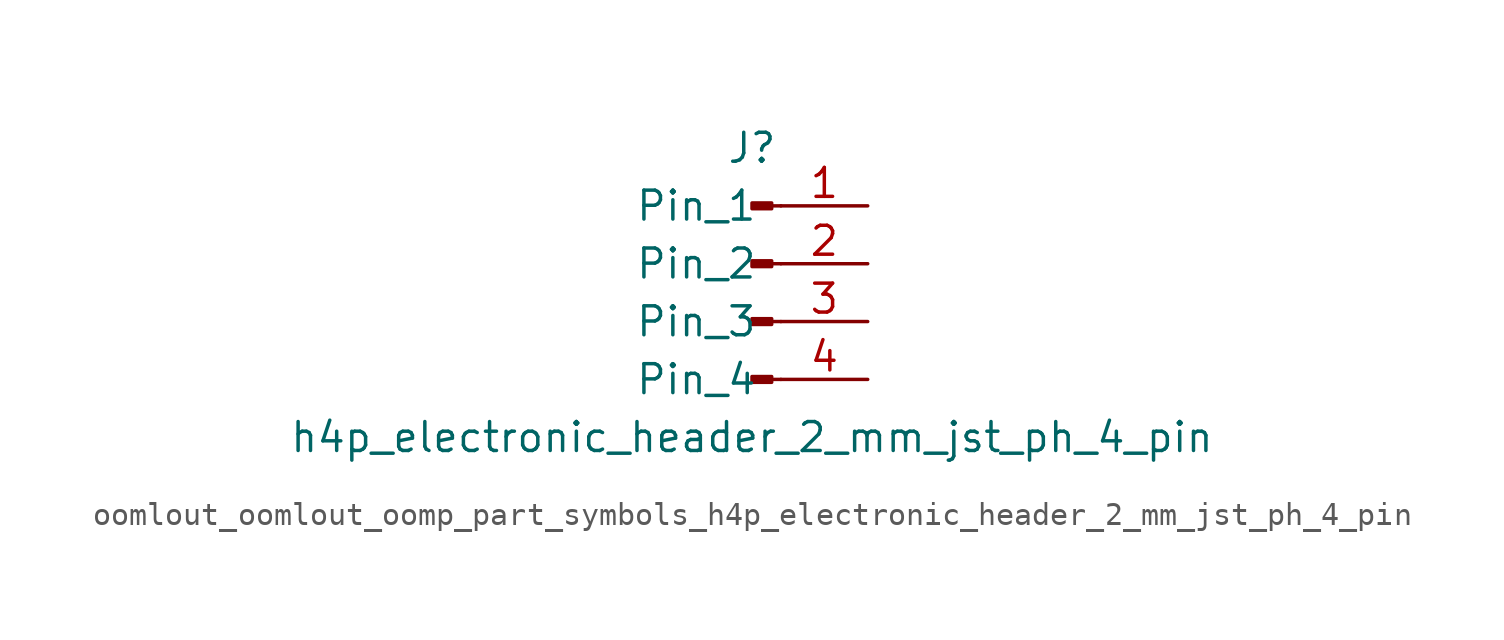
<source format=kicad_sym>
(kicad_symbol_lib
  (version 20220914)
  (generator kicad_symbol_editor)
  (symbol "oomlout_oomlout_oomp_part_symbols_h4p_electronic_header_2_mm_jst_ph_4_pin"
    (pin_names
      (offset 1.016))
    (property "Reference" "J"
      (at 0 5.08 0)
      (effects (font (size 1.27 1.27))))
    (property "Value" "h4p_electronic_header_2_mm_jst_ph_4_pin"
      (at 0 -7.62 0)
      (effects (font (size 1.27 1.27))))
    (property "ki_locked" ""
      (at 0 0 0)
      (effects (font (size 1.27 1.27))))
    (symbol "oomlout_oomlout_oomp_part_symbols_h4p_electronic_header_2_mm_jst_ph_4_pin_1_1"
      (polyline (pts (xy 1.27 -5.08) (xy 0.864 -5.08)) (stroke (width 0.152) (type default)) (fill (type none)))
      (polyline (pts (xy 1.27 -2.54) (xy 0.864 -2.54)) (stroke (width 0.152) (type default)) (fill (type none)))
      (polyline (pts (xy 1.27 0) (xy 0.864 0)) (stroke (width 0.152) (type default)) (fill (type none)))
      (polyline (pts (xy 1.27 2.54) (xy 0.864 2.54)) (stroke (width 0.152) (type default)) (fill (type none)))
      (rectangle (start 0.864 -4.953) (end 0 -5.207) (stroke (width 0.152) (type default)) (fill (type outline)))
      (rectangle (start 0.864 -2.413) (end 0 -2.667) (stroke (width 0.152) (type default)) (fill (type outline)))
      (rectangle (start 0.864 0.127) (end 0 -0.127) (stroke (width 0.152) (type default)) (fill (type outline)))
      (rectangle (start 0.864 2.667) (end 0 2.413) (stroke (width 0.152) (type default)) (fill (type outline)))
      (pin passive line (at 5.08 2.54 180) (length 3.81) (name "Pin_1" (effects (font (size 1.27 1.27)))) (number "1" (effects (font (size 1.27 1.27)))))
      (pin passive line (at 5.08 0 180) (length 3.81) (name "Pin_2" (effects (font (size 1.27 1.27)))) (number "2" (effects (font (size 1.27 1.27)))))
      (pin passive line (at 5.08 -2.54 180) (length 3.81) (name "Pin_3" (effects (font (size 1.27 1.27)))) (number "3" (effects (font (size 1.27 1.27)))))
      (pin passive line (at 5.08 -5.08 180) (length 3.81) (name "Pin_4" (effects (font (size 1.27 1.27)))) (number "4" (effects (font (size 1.27 1.27))))))))
</source>
